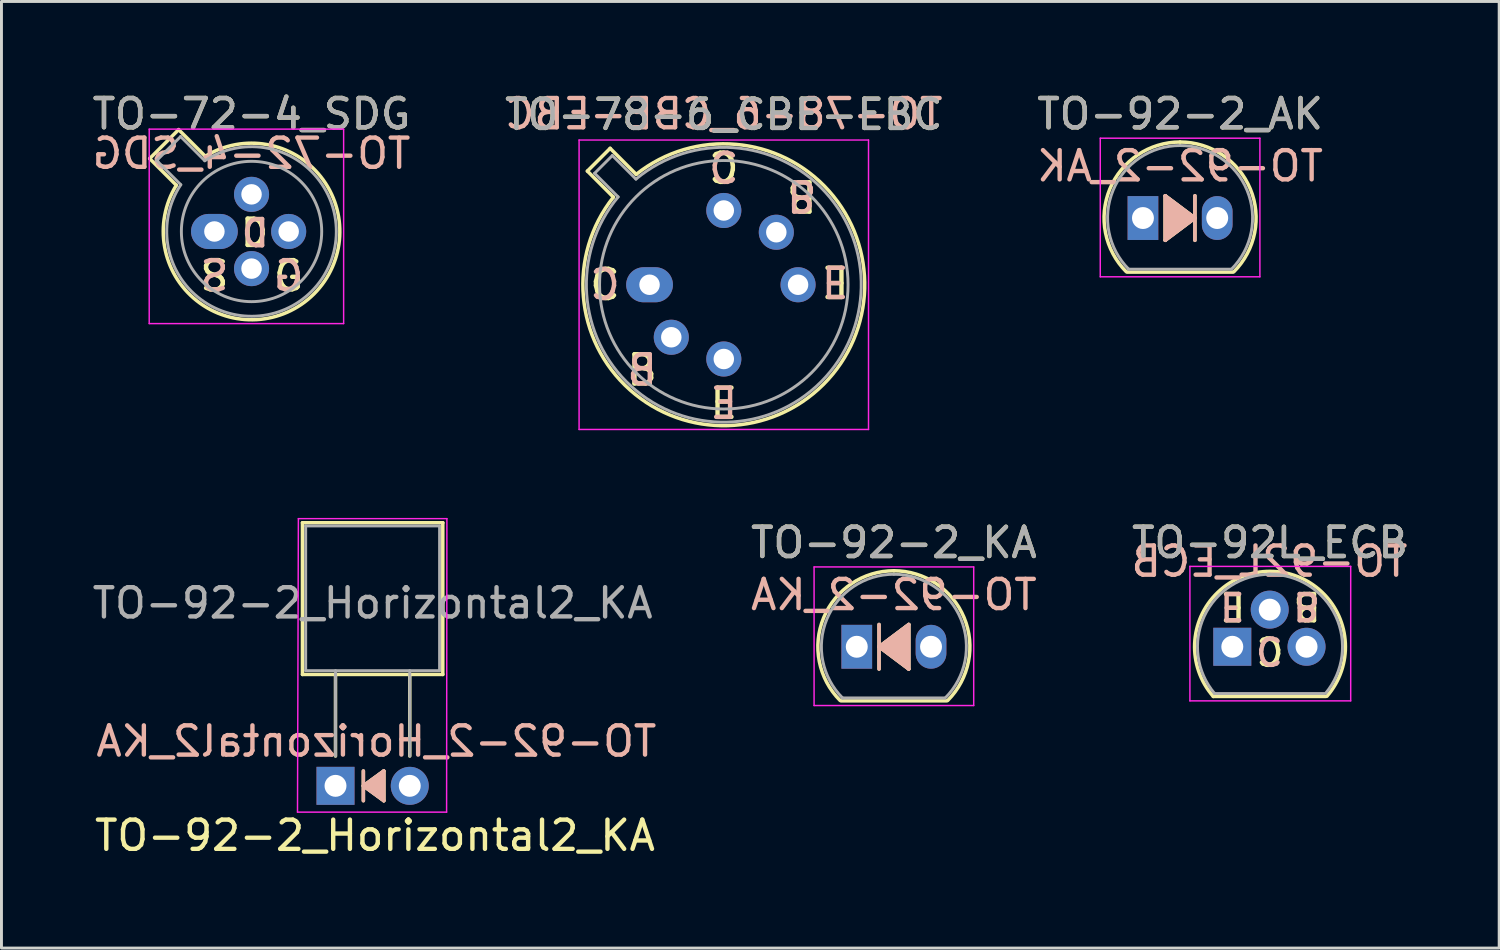
<source format=kicad_pcb>
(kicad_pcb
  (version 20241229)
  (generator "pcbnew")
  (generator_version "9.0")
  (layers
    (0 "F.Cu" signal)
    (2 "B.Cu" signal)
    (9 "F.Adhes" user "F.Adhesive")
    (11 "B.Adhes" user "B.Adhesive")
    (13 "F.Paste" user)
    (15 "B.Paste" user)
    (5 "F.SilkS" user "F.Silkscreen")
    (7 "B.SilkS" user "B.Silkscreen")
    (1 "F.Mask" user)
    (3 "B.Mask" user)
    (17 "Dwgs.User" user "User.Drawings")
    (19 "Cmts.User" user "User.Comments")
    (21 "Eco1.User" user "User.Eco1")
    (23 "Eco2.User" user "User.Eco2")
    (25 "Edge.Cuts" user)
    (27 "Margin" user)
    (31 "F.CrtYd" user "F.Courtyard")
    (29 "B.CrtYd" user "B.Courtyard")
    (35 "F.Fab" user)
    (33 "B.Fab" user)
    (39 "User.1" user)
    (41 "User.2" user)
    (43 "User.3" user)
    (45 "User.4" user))
  (footprint "TO-78-6_CBE-EBC"
    (layer "F.Cu")
    (at 19.168 6.69)
    (property "Reference" "TO-78-6_CBE-EBC" (at 2.54 -5.82 0) (layer "F.SilkS") (effects (font (size 1 1) (thickness 0.15))))
    (fp_line (start -2.126 -3.888) (end -1.235 -2.997) (stroke (width 0.12) (type solid)) (layer "F.SilkS"))
    (fp_line (start -1.348 -4.666) (end -2.126 -3.888) (stroke (width 0.12) (type solid)) (layer "F.SilkS"))
    (fp_line (start -0.457 -3.775) (end -1.348 -4.666) (stroke (width 0.12) (type solid)) (layer "F.SilkS"))
    (fp_arc (start -0.457084 -3.774902) (mid 5.948125 3.408384) (end -1.234674 -2.997371) (stroke (width 0.12) (type solid)) (layer "F.SilkS"))
    (fp_line (start -2.41 -4.95) (end -2.41 4.95) (stroke (width 0.05) (type solid)) (layer "F.CrtYd"))
    (fp_line (start -2.41 4.95) (end 7.49 4.95) (stroke (width 0.05) (type solid)) (layer "F.CrtYd"))
    (fp_line (start 7.49 -4.95) (end -2.41 -4.95) (stroke (width 0.05) (type solid)) (layer "F.CrtYd"))
    (fp_line (start 7.49 4.95) (end 7.49 -4.95) (stroke (width 0.05) (type solid)) (layer "F.CrtYd"))
    (fp_line (start -1.88 -3.812) (end -1.074 -3.005) (stroke (width 0.1) (type solid)) (layer "F.Fab"))
    (fp_line (start -1.272 -4.42) (end -1.88 -3.812) (stroke (width 0.1) (type solid)) (layer "F.Fab"))
    (fp_line (start -0.465 -3.614) (end -1.272 -4.42) (stroke (width 0.1) (type solid)) (layer "F.Fab"))
    (fp_arc (start -0.465408 -3.61352) (mid 5.863443 3.323361) (end -1.073594 -3.005319) (stroke (width 0.1) (type solid)) (layer "F.Fab"))
    (fp_circle (center 2.54 0) (end 6.79 0) (stroke (width 0.1) (type solid)) (fill no) (layer "F.Fab"))
    (fp_text user "B" (at 5.207 -3.048 180) (unlocked yes) (layer "F.SilkS") (effects (font (size 1 1) (thickness 0.15))))
    (fp_text user "E" (at 6.35 -0.127 180) (unlocked yes) (layer "F.SilkS") (effects (font (size 1 1) (thickness 0.15))))
    (fp_text user "E" (at 2.54 4.064 0) (unlocked yes) (layer "F.SilkS") (effects (font (size 1 1) (thickness 0.15))))
    (fp_text user "B" (at -0.254 2.921 0) (unlocked yes) (layer "F.SilkS") (effects (font (size 1 1) (thickness 0.15))))
    (fp_text user "C" (at -1.524 0 0) (unlocked yes) (layer "F.SilkS") (effects (font (size 1 1) (thickness 0.15))))
    (fp_text user "C" (at 2.54 -4.064 180) (unlocked yes) (layer "F.SilkS") (effects (font (size 1 1) (thickness 0.15))))
    (fp_text user "${REFERENCE}" (at 2.54 -5.842 0) (layer "B.SilkS") (effects (font (size 1 1) (thickness 0.15)) (justify mirror)))
    (fp_text user "B" (at -0.254 2.921 0) (unlocked yes) (layer "B.SilkS") (effects (font (size 1 1) (thickness 0.15)) (justify mirror)))
    (fp_text user "C" (at 2.54 -4.064 180) (unlocked yes) (layer "B.SilkS") (effects (font (size 1 1) (thickness 0.15)) (justify mirror)))
    (fp_text user "E" (at 6.35 -0.127 180) (unlocked yes) (layer "B.SilkS") (effects (font (size 1 1) (thickness 0.15)) (justify mirror)))
    (fp_text user "B" (at 5.207 -3.048 180) (unlocked yes) (layer "B.SilkS") (effects (font (size 1 1) (thickness 0.15)) (justify mirror)))
    (fp_text user "C" (at -1.524 0 0) (unlocked yes) (layer "B.SilkS") (effects (font (size 1 1) (thickness 0.15)) (justify mirror)))
    (fp_text user "E" (at 2.54 4.064 0) (unlocked yes) (layer "B.SilkS") (effects (font (size 1 1) (thickness 0.15)) (justify mirror)))
    (fp_text user "${REFERENCE}" (at 2.54 -5.82 0) (layer "F.Fab") (effects (font (size 1 1) (thickness 0.15))))
    (pad "1" thru_hole oval (at 0 0) (size 1.6 1.2) (drill 0.7) (layers "*.Cu" "*.Mask"))
    (pad "2" thru_hole oval (at 0.744 1.796) (size 1.2 1.2) (drill 0.7) (layers "*.Cu" "*.Mask"))
    (pad "3" thru_hole oval (at 2.54 2.54) (size 1.2 1.2) (drill 0.7) (layers "*.Cu" "*.Mask"))
    (pad "4" thru_hole oval (at 5.08 0) (size 1.2 1.2) (drill 0.7) (layers "*.Cu" "*.Mask"))
    (pad "5" thru_hole oval (at 4.336 -1.796) (size 1.2 1.2) (drill 0.7) (layers "*.Cu" "*.Mask"))
    (pad "6" thru_hole oval (at 2.54 -2.54) (size 1.2 1.2) (drill 0.7) (layers "*.Cu" "*.Mask")))
  (footprint "TO-92L_ECB"
    (layer "F.Cu")
    (at 39.101 19.073)
    (property "Reference" "TO-92L_ECB" (at 1.29 -3.56 0) (layer "F.SilkS") (effects (font (size 1 1) (thickness 0.15))))
    (fp_line (start -0.65 1.7) (end 3.2 1.7) (stroke (width 0.12) (type solid)) (layer "F.SilkS"))
    (fp_arc (start -0.65 1.7) (mid 1.283448 -2.579449) (end 3.238611 1.690122) (stroke (width 0.12) (type solid)) (layer "F.SilkS"))
    (fp_line (start -1.45 -2.75) (end -1.45 1.85) (stroke (width 0.05) (type solid)) (layer "F.CrtYd"))
    (fp_line (start -1.45 -2.75) (end 4.05 -2.75) (stroke (width 0.05) (type solid)) (layer "F.CrtYd"))
    (fp_line (start 4.05 1.85) (end -1.45 1.85) (stroke (width 0.05) (type solid)) (layer "F.CrtYd"))
    (fp_line (start 4.05 1.85) (end 4.05 -2.75) (stroke (width 0.05) (type solid)) (layer "F.CrtYd"))
    (fp_line (start -0.6 1.6) (end 3.15 1.6) (stroke (width 0.1) (type solid)) (layer "F.Fab"))
    (fp_arc (start -0.602818 1.602385) (mid -0.959924 -1.043188) (end 1.29 -2.48) (stroke (width 0.1) (type solid)) (layer "F.Fab"))
    (fp_arc (start 1.29 -2.48) (mid 3.537211 -1.049019) (end 3.191103 1.592547) (stroke (width 0.1) (type solid)) (layer "F.Fab"))
    (fp_text user "E" (at 0.02 -1.397 180) (unlocked yes) (layer "F.SilkS") (effects (font (size 0.9 0.9) (thickness 0.15))))
    (fp_text user "C" (at 1.29 0.127 180) (unlocked yes) (layer "F.SilkS") (effects (font (size 0.9 0.9) (thickness 0.15))))
    (fp_text user "B" (at 2.56 -1.397 180) (unlocked yes) (layer "F.SilkS") (effects (font (size 0.9 0.9) (thickness 0.15))))
    (fp_text user "${REFERENCE}" (at 1.27 -2.921 0) (layer "B.SilkS") (effects (font (size 1 1) (thickness 0.15)) (justify mirror)))
    (fp_text user "B" (at 2.54 -1.397 180) (unlocked yes) (layer "B.SilkS") (effects (font (size 0.9 0.9) (thickness 0.15)) (justify mirror)))
    (fp_text user "C" (at 1.27 0.127 180) (unlocked yes) (layer "B.SilkS") (effects (font (size 0.9 0.9) (thickness 0.15)) (justify mirror)))
    (fp_text user "E" (at 0 -1.397 180) (unlocked yes) (layer "B.SilkS") (effects (font (size 0.9 0.9) (thickness 0.15)) (justify mirror)))
    (fp_text user "${REFERENCE}" (at 1.29 -3.56 0) (layer "F.Fab") (effects (font (size 1 1) (thickness 0.15))))
    (pad "1" thru_hole rect (at 0 0 90) (size 1.3 1.3) (drill 0.75) (layers "*.Cu" "*.Mask"))
    (pad "2" thru_hole circle (at 1.28 -1.27 90) (size 1.3 1.3) (drill 0.75) (layers "*.Cu" "*.Mask"))
    (pad "3" thru_hole circle (at 2.54 0 90) (size 1.3 1.3) (drill 0.75) (layers "*.Cu" "*.Mask")))
  (footprint "TO-92-2_AK"
    (layer "F.Cu")
    (at 36.045 4.408)
    (property "Reference" "TO-92-2_AK" (at 1.27 -3.56 0) (layer "F.SilkS") (effects (font (size 1 1) (thickness 0.15))))
    (fp_line (start -0.53 1.85) (end 3.07 1.85) (stroke (width 0.12) (type solid)) (layer "F.SilkS"))
    (fp_line (start 0.762 -0.762) (end 1.778 0) (stroke (width 0.12) (type solid)) (layer "F.SilkS"))
    (fp_line (start 0.762 0.762) (end 0.762 -0.762) (stroke (width 0.12) (type solid)) (layer "F.SilkS"))
    (fp_line (start 1.778 0) (end 0.762 0.762) (stroke (width 0.12) (type solid)) (layer "F.SilkS"))
    (fp_line (start 1.778 0.762) (end 1.778 -0.762) (stroke (width 0.12) (type solid)) (layer "F.SilkS"))
    (fp_arc (start -0.568478 1.838478) (mid -1.132087 -0.994977) (end 1.27 -2.6) (stroke (width 0.12) (type solid)) (layer "F.SilkS"))
    (fp_arc (start 1.27 -2.6) (mid 3.672087 -0.994977) (end 3.108478 1.838478) (stroke (width 0.12) (type solid)) (layer "F.SilkS"))
    (fp_poly (pts (xy 0.762 -0.762) (xy 1.778 0) (xy 0.762 0.762)) (stroke (width 0.1) (type solid)) (fill yes) (layer "F.SilkS"))
    (fp_line (start 0.762 -0.762) (end 0.762 0.762) (stroke (width 0.12) (type solid)) (layer "B.SilkS"))
    (fp_line (start 0.762 0.762) (end 1.778 0) (stroke (width 0.12) (type solid)) (layer "B.SilkS"))
    (fp_line (start 1.778 -0.762) (end 1.778 0.762) (stroke (width 0.12) (type solid)) (layer "B.SilkS"))
    (fp_line (start 1.778 0) (end 0.762 -0.762) (stroke (width 0.12) (type solid)) (layer "B.SilkS"))
    (fp_poly (pts (xy 0.762 0.762) (xy 1.778 0) (xy 0.762 -0.762)) (stroke (width 0.1) (type solid)) (fill yes) (layer "B.SilkS"))
    (fp_line (start -1.46 -2.73) (end -1.46 2.01) (stroke (width 0.05) (type solid)) (layer "F.CrtYd"))
    (fp_line (start -1.46 -2.73) (end 4 -2.73) (stroke (width 0.05) (type solid)) (layer "F.CrtYd"))
    (fp_line (start 4 2.01) (end -1.46 2.01) (stroke (width 0.05) (type solid)) (layer "F.CrtYd"))
    (fp_line (start 4 2.01) (end 4 -2.73) (stroke (width 0.05) (type solid)) (layer "F.CrtYd"))
    (fp_line (start -0.5 1.75) (end 3 1.75) (stroke (width 0.1) (type solid)) (layer "F.Fab"))
    (fp_arc (start -0.483625 1.753625) (mid -1.021221 -0.949055) (end 1.27 -2.48) (stroke (width 0.1) (type solid)) (layer "F.Fab"))
    (fp_arc (start 1.27 -2.48) (mid 3.561221 -0.949055) (end 3.023625 1.753625) (stroke (width 0.1) (type solid)) (layer "F.Fab"))
    (fp_text user "${REFERENCE}" (at 1.27 -1.778 0) (layer "B.SilkS") (effects (font (size 1 1) (thickness 0.15)) (justify mirror)))
    (fp_text user "${REFERENCE}" (at 1.27 -3.56 0) (layer "F.Fab") (effects (font (size 1 1) (thickness 0.15))))
    (pad "1" thru_hole rect (at 0 0) (size 1.05 1.5) (drill 0.75) (layers "*.Cu" "*.Mask"))
    (pad "2" thru_hole oval (at 2.54 0) (size 1.05 1.5) (drill 0.75) (layers "*.Cu" "*.Mask")))
  (footprint "TO-92-2_KA"
    (layer "F.Cu")
    (at 26.256 19.073)
    (property "Reference" "TO-92-2_KA" (at 1.27 -3.56 0) (layer "F.SilkS") (effects (font (size 1 1) (thickness 0.15))))
    (fp_line (start -0.53 1.85) (end 3.07 1.85) (stroke (width 0.12) (type solid)) (layer "F.SilkS"))
    (fp_line (start 0.762 -0.762) (end 0.762 0.762) (stroke (width 0.12) (type solid)) (layer "F.SilkS"))
    (fp_line (start 0.762 0) (end 1.778 -0.762) (stroke (width 0.12) (type solid)) (layer "F.SilkS"))
    (fp_line (start 1.778 -0.762) (end 1.778 0.762) (stroke (width 0.12) (type solid)) (layer "F.SilkS"))
    (fp_line (start 1.778 0.762) (end 0.762 0) (stroke (width 0.12) (type solid)) (layer "F.SilkS"))
    (fp_arc (start -0.568478 1.838478) (mid -1.132087 -0.994977) (end 1.27 -2.6) (stroke (width 0.12) (type solid)) (layer "F.SilkS"))
    (fp_arc (start 1.27 -2.6) (mid 3.672087 -0.994977) (end 3.108478 1.838478) (stroke (width 0.12) (type solid)) (layer "F.SilkS"))
    (fp_poly (pts (xy 1.778 0.762) (xy 0.762 0) (xy 1.778 -0.762)) (stroke (width 0.1) (type solid)) (fill yes) (layer "F.SilkS"))
    (fp_line (start 0.762 0) (end 1.778 0.762) (stroke (width 0.12) (type solid)) (layer "B.SilkS"))
    (fp_line (start 0.762 0.762) (end 0.762 -0.762) (stroke (width 0.12) (type solid)) (layer "B.SilkS"))
    (fp_line (start 1.778 -0.762) (end 0.762 0) (stroke (width 0.12) (type solid)) (layer "B.SilkS"))
    (fp_line (start 1.778 0.762) (end 1.778 -0.762) (stroke (width 0.12) (type solid)) (layer "B.SilkS"))
    (fp_poly (pts (xy 1.778 -0.762) (xy 0.762 0) (xy 1.778 0.762)) (stroke (width 0.1) (type solid)) (fill yes) (layer "B.SilkS"))
    (fp_line (start -1.46 -2.73) (end -1.46 2.01) (stroke (width 0.05) (type solid)) (layer "F.CrtYd"))
    (fp_line (start -1.46 -2.73) (end 4 -2.73) (stroke (width 0.05) (type solid)) (layer "F.CrtYd"))
    (fp_line (start 4 2.01) (end -1.46 2.01) (stroke (width 0.05) (type solid)) (layer "F.CrtYd"))
    (fp_line (start 4 2.01) (end 4 -2.73) (stroke (width 0.05) (type solid)) (layer "F.CrtYd"))
    (fp_line (start -0.5 1.75) (end 3 1.75) (stroke (width 0.1) (type solid)) (layer "F.Fab"))
    (fp_arc (start -0.483625 1.753625) (mid -1.021221 -0.949055) (end 1.27 -2.48) (stroke (width 0.1) (type solid)) (layer "F.Fab"))
    (fp_arc (start 1.27 -2.48) (mid 3.561221 -0.949055) (end 3.023625 1.753625) (stroke (width 0.1) (type solid)) (layer "F.Fab"))
    (fp_text user "${REFERENCE}" (at 1.27 -1.778 0) (layer "B.SilkS") (effects (font (size 1 1) (thickness 0.15)) (justify mirror)))
    (fp_text user "${REFERENCE}" (at 1.27 -3.56 0) (layer "F.Fab") (effects (font (size 1 1) (thickness 0.15))))
    (pad "1" thru_hole rect (at 0 0) (size 1.05 1.5) (drill 0.75) (layers "*.Cu" "*.Mask"))
    (pad "2" thru_hole oval (at 2.54 0) (size 1.05 1.5) (drill 0.75) (layers "*.Cu" "*.Mask")))
  (footprint "TO-92-2_Horizontal2_KA"
    (layer "F.Cu")
    (at 8.426 23.83)
    (property "Reference" "TO-92-2_Horizontal2_KA" (at 1.35 1.7 0) (layer "F.SilkS") (effects (font (size 1 1) (thickness 0.15))))
    (fp_line (start -1.13 -9) (end -1.13 -3.81) (stroke (width 0.12) (type solid)) (layer "F.SilkS"))
    (fp_line (start -1.13 -3.81) (end 3.67 -3.81) (stroke (width 0.12) (type solid)) (layer "F.SilkS"))
    (fp_line (start 0 -1.02) (end 0 -3.81) (stroke (width 0.12) (type solid)) (layer "F.SilkS"))
    (fp_line (start 0.953 -0.508) (end 0.953 0.508) (stroke (width 0.12) (type solid)) (layer "F.SilkS"))
    (fp_line (start 0.953 0) (end 1.651 -0.508) (stroke (width 0.12) (type solid)) (layer "F.SilkS"))
    (fp_line (start 1.651 -0.508) (end 1.651 0.508) (stroke (width 0.12) (type solid)) (layer "F.SilkS"))
    (fp_line (start 1.651 0.508) (end 0.953 0) (stroke (width 0.12) (type solid)) (layer "F.SilkS"))
    (fp_line (start 2.54 -1.02) (end 2.54 -3.81) (stroke (width 0.12) (type solid)) (layer "F.SilkS"))
    (fp_line (start 3.67 -9) (end -1.13 -9) (stroke (width 0.12) (type solid)) (layer "F.SilkS"))
    (fp_line (start 3.67 -3.81) (end 3.67 -9) (stroke (width 0.12) (type solid)) (layer "F.SilkS"))
    (fp_poly (pts (xy 1.651 0.508) (xy 0.953 0) (xy 1.651 -0.508)) (stroke (width 0.1) (type solid)) (fill yes) (layer "F.SilkS"))
    (fp_line (start 0.953 0) (end 1.651 0.508) (stroke (width 0.12) (type solid)) (layer "B.SilkS"))
    (fp_line (start 0.953 0.508) (end 0.953 -0.508) (stroke (width 0.12) (type solid)) (layer "B.SilkS"))
    (fp_line (start 1.651 -0.508) (end 0.953 0) (stroke (width 0.12) (type solid)) (layer "B.SilkS"))
    (fp_line (start 1.651 0.508) (end 1.651 -0.508) (stroke (width 0.12) (type solid)) (layer "B.SilkS"))
    (fp_poly (pts (xy 1.651 -0.508) (xy 0.953 0) (xy 1.651 0.508)) (stroke (width 0.1) (type solid)) (fill yes) (layer "B.SilkS"))
    (fp_line (start -1.27 -9.14) (end -1.3 0.9) (stroke (width 0.05) (type solid)) (layer "F.CrtYd"))
    (fp_line (start -1.27 -9.14) (end 3.81 -9.14) (stroke (width 0.05) (type solid)) (layer "F.CrtYd"))
    (fp_line (start 3.8 0.9) (end -1.3 0.9) (stroke (width 0.05) (type solid)) (layer "F.CrtYd"))
    (fp_line (start 3.8 0.9) (end 3.81 -9.14) (stroke (width 0.05) (type solid)) (layer "F.CrtYd"))
    (fp_line (start -1.02 -8.89) (end -1.02 -3.94) (stroke (width 0.1) (type solid)) (layer "F.Fab"))
    (fp_line (start -1.02 -3.94) (end 3.56 -3.94) (stroke (width 0.1) (type solid)) (layer "F.Fab"))
    (fp_line (start 0 -3.94) (end 0 -1.02) (stroke (width 0.1) (type solid)) (layer "F.Fab"))
    (fp_line (start 2.54 -3.94) (end 2.54 -1.02) (stroke (width 0.1) (type solid)) (layer "F.Fab"))
    (fp_line (start 3.56 -8.89) (end -1.02 -8.89) (stroke (width 0.1) (type solid)) (layer "F.Fab"))
    (fp_line (start 3.56 -3.94) (end 3.56 -8.89) (stroke (width 0.1) (type solid)) (layer "F.Fab"))
    (fp_text user "${REFERENCE}" (at 1.397 -1.524 0) (layer "B.SilkS") (effects (font (size 1 1) (thickness 0.15)) (justify mirror)))
    (fp_text user "${REFERENCE}" (at 1.27 -6.25 0) (layer "F.Fab") (effects (font (size 1 1) (thickness 0.15))))
    (pad "1" thru_hole rect (at 0 0 270) (size 1.3 1.3) (drill 0.75) (layers "*.Cu" "*.Mask"))
    (pad "2" thru_hole circle (at 2.54 0 270) (size 1.3 1.3) (drill 0.75) (layers "*.Cu" "*.Mask")))
  (footprint "TO-72-4_SDG"
    (layer "F.Cu")
    (at 4.284 4.868)
    (property "Reference" "TO-72-4_SDG" (at 1.27 -4.02 0) (layer "F.SilkS") (effects (font (size 1 1) (thickness 0.15))))
    (fp_line (start -2.214 -2.494) (end -1.302 -1.582) (stroke (width 0.12) (type solid)) (layer "F.SilkS"))
    (fp_line (start -1.224 -3.484) (end -2.214 -2.494) (stroke (width 0.12) (type solid)) (layer "F.SilkS"))
    (fp_line (start -0.312 -2.572) (end -1.224 -3.484) (stroke (width 0.12) (type solid)) (layer "F.SilkS"))
    (fp_arc (start -0.312331 -2.572281) (mid 3.405374 2.135551) (end -1.30215 -1.582544) (stroke (width 0.12) (type solid)) (layer "F.SilkS"))
    (fp_line (start -2.23 -3.5) (end -2.23 3.15) (stroke (width 0.05) (type solid)) (layer "F.CrtYd"))
    (fp_line (start -2.23 3.15) (end 4.42 3.15) (stroke (width 0.05) (type solid)) (layer "F.CrtYd"))
    (fp_line (start 4.42 -3.5) (end -2.23 -3.5) (stroke (width 0.05) (type solid)) (layer "F.CrtYd"))
    (fp_line (start 4.42 3.15) (end 4.42 -3.5) (stroke (width 0.05) (type solid)) (layer "F.CrtYd"))
    (fp_line (start -1.977 -2.426) (end -1.149 -1.599) (stroke (width 0.1) (type solid)) (layer "F.Fab"))
    (fp_line (start -1.156 -3.247) (end -1.977 -2.426) (stroke (width 0.1) (type solid)) (layer "F.Fab"))
    (fp_line (start -0.329 -2.419) (end -1.156 -3.247) (stroke (width 0.1) (type solid)) (layer "F.Fab"))
    (fp_arc (start -0.329057 -2.419301) (mid 3.321076 2.050143) (end -1.150029 -1.597956) (stroke (width 0.1) (type solid)) (layer "F.Fab"))
    (fp_circle (center 1.27 0) (end 3.67 0) (stroke (width 0.1) (type solid)) (fill no) (layer "F.Fab"))
    (fp_text user "D" (at 1.372 0.051 0) (unlocked yes) (layer "F.SilkS") (effects (font (size 0.9 0.9) (thickness 0.15))))
    (fp_text user "G" (at 2.54 1.524 0) (unlocked yes) (layer "F.SilkS") (effects (font (size 1 1) (thickness 0.15))))
    (fp_text user "S" (at 0 1.524 0) (unlocked yes) (layer "F.SilkS") (effects (font (size 1 1) (thickness 0.15))))
    (fp_text user "S" (at 0 1.524 0) (unlocked yes) (layer "B.SilkS") (effects (font (size 1 1) (thickness 0.15)) (justify mirror)))
    (fp_text user "D" (at 1.397 0.064 0) (unlocked yes) (layer "B.SilkS") (effects (font (size 0.9 0.9) (thickness 0.15)) (justify mirror)))
    (fp_text user "${REFERENCE}" (at 1.27 -2.667 0) (layer "B.SilkS") (effects (font (size 1 1) (thickness 0.15)) (justify mirror)))
    (fp_text user "G" (at 2.54 1.524 0) (unlocked yes) (layer "B.SilkS") (effects (font (size 1 1) (thickness 0.15)) (justify mirror)))
    (fp_text user "${REFERENCE}" (at 1.27 -4.02 0) (layer "F.Fab") (effects (font (size 1 1) (thickness 0.15))))
    (pad "1" thru_hole oval (at 0 0) (size 1.6 1.2) (drill 0.7) (layers "*.Cu" "*.Mask"))
    (pad "2" thru_hole oval (at 1.27 1.27) (size 1.2 1.2) (drill 0.7) (layers "*.Cu" "*.Mask"))
    (pad "3" thru_hole oval (at 2.54 0) (size 1.2 1.2) (drill 0.7) (layers "*.Cu" "*.Mask"))
    (pad "4" thru_hole oval (at 1.27 -1.27) (size 1.2 1.2) (drill 0.7) (layers "*.Cu" "*.Mask")))
  (gr_rect
    (start -3 -3)
    (end 48.23 29.378)
    (stroke (width 0.1) (type default))
    (fill no)
    (layer "Edge.Cuts")))
</source>
